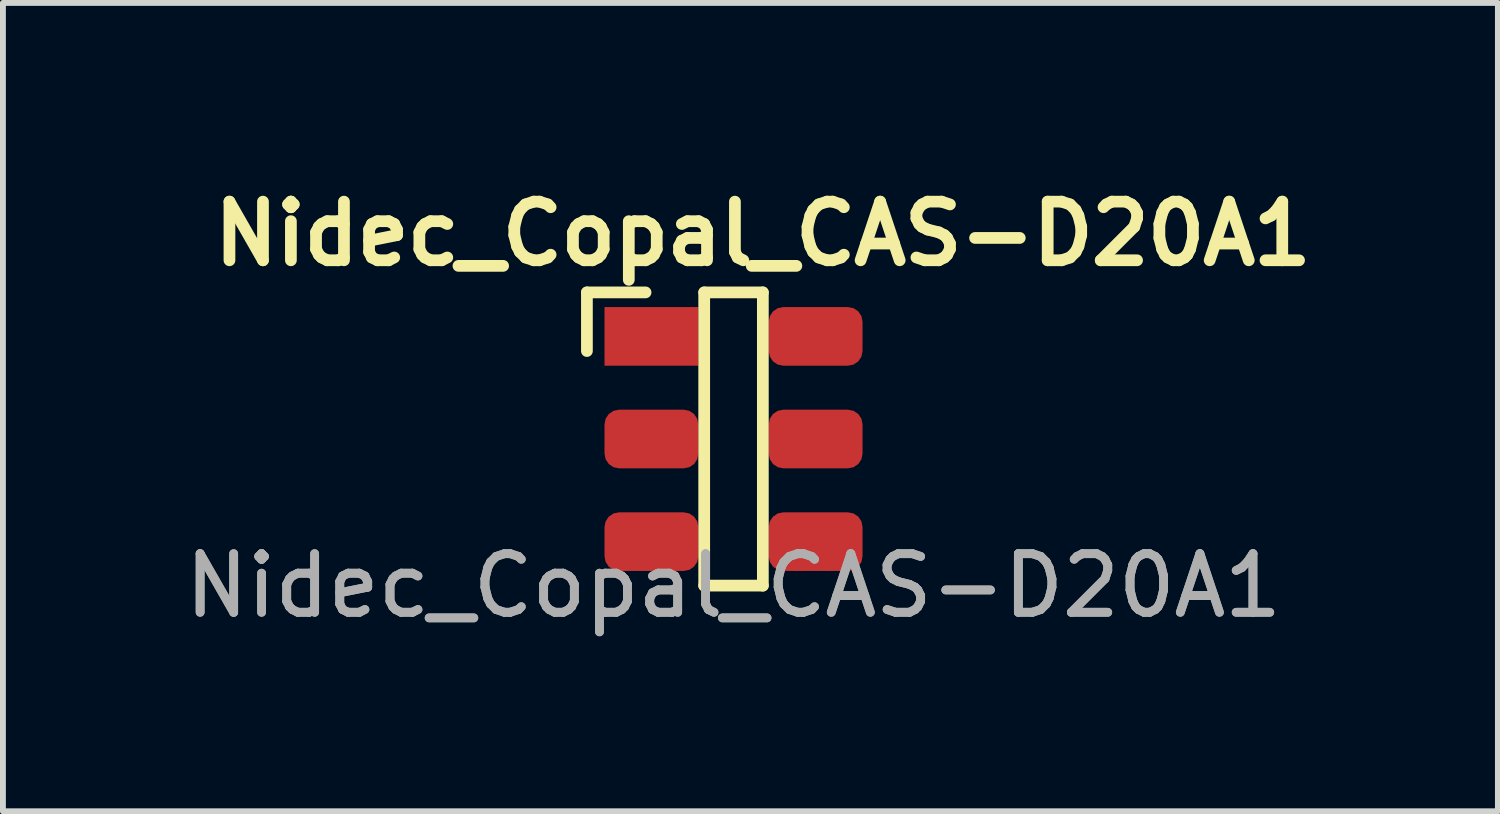
<source format=kicad_pcb>
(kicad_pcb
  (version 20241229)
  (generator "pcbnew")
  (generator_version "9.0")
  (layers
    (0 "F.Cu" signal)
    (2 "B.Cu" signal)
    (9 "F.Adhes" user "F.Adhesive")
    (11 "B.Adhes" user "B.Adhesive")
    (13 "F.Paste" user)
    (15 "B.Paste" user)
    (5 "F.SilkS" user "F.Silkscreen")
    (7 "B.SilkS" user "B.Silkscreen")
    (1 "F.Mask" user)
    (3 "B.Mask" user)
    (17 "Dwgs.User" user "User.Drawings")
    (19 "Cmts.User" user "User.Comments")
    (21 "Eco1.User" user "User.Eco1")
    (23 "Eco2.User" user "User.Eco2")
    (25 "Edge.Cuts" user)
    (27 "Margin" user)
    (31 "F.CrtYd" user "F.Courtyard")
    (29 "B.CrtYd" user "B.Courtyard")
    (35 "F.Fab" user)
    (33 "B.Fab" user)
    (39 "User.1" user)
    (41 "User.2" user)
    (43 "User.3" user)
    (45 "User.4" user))
  (footprint "Nidec_Copal_CAS-D20A1"
    (layer "F.Cu")
    (at 9.458 4.436)
    (property "Reference" "Nidec_Copal_CAS-D20A1" (at 0.5 -3.5 0) (unlocked yes) (layer "F.SilkS") (effects (font (size 1 1) (thickness 0.2))))
    (attr smd)
    (fp_line (start -2.5 -2.5) (end -2.5 -1.5) (stroke (width 0.2) (type default)) (layer "F.SilkS"))
    (fp_line (start -2.5 -2.5) (end -1.5 -2.5) (stroke (width 0.2) (type default)) (layer "F.SilkS"))
    (fp_line (start -0.5 -2.5) (end 0.5 -2.5) (stroke (width 0.2) (type default)) (layer "F.SilkS"))
    (fp_line (start -0.5 2.5) (end -0.5 -2.5) (stroke (width 0.2) (type default)) (layer "F.SilkS"))
    (fp_line (start 0.5 -2.5) (end 0.5 2.5) (stroke (width 0.2) (type default)) (layer "F.SilkS"))
    (fp_line (start 0.5 2.5) (end -0.5 2.5) (stroke (width 0.2) (type default)) (layer "F.SilkS"))
    (fp_text user "${REFERENCE}" (at 0 2.5 0) (unlocked yes) (layer "F.Fab") (effects (font (size 1 1) (thickness 0.15))))
    (fp_text user "${REFERENCE}" (at 0 2.5 0) (unlocked yes) (layer "F.Fab") (effects (font (size 1 1) (thickness 0.15))))
    (pad "1" smd rect (at -1.4 -1.75 270) (size 1 1.6) (layers "F.Cu" "F.Mask" "F.Paste"))
    (pad "2" smd roundrect (at -1.4 0 270) (size 1 1.6) (layers "F.Cu" "F.Mask" "F.Paste") (roundrect_rratio 0.25))
    (pad "3" smd roundrect (at -1.4 1.75 270) (size 1 1.6) (layers "F.Cu" "F.Mask" "F.Paste") (roundrect_rratio 0.25))
    (pad "4" smd roundrect (at 1.4 -1.75 270) (size 1 1.6) (layers "F.Cu" "F.Mask" "F.Paste") (roundrect_rratio 0.25))
    (pad "5" smd roundrect (at 1.4 0 270) (size 1 1.6) (layers "F.Cu" "F.Mask" "F.Paste") (roundrect_rratio 0.25))
    (pad "6" smd roundrect (at 1.4 1.75 270) (size 1 1.6) (layers "F.Cu" "F.Mask" "F.Paste") (roundrect_rratio 0.25)))
  (gr_rect
    (start -3 -3)
    (end 22.492 10.784)
    (stroke (width 0.1) (type default))
    (fill no)
    (layer "Edge.Cuts")))
</source>
